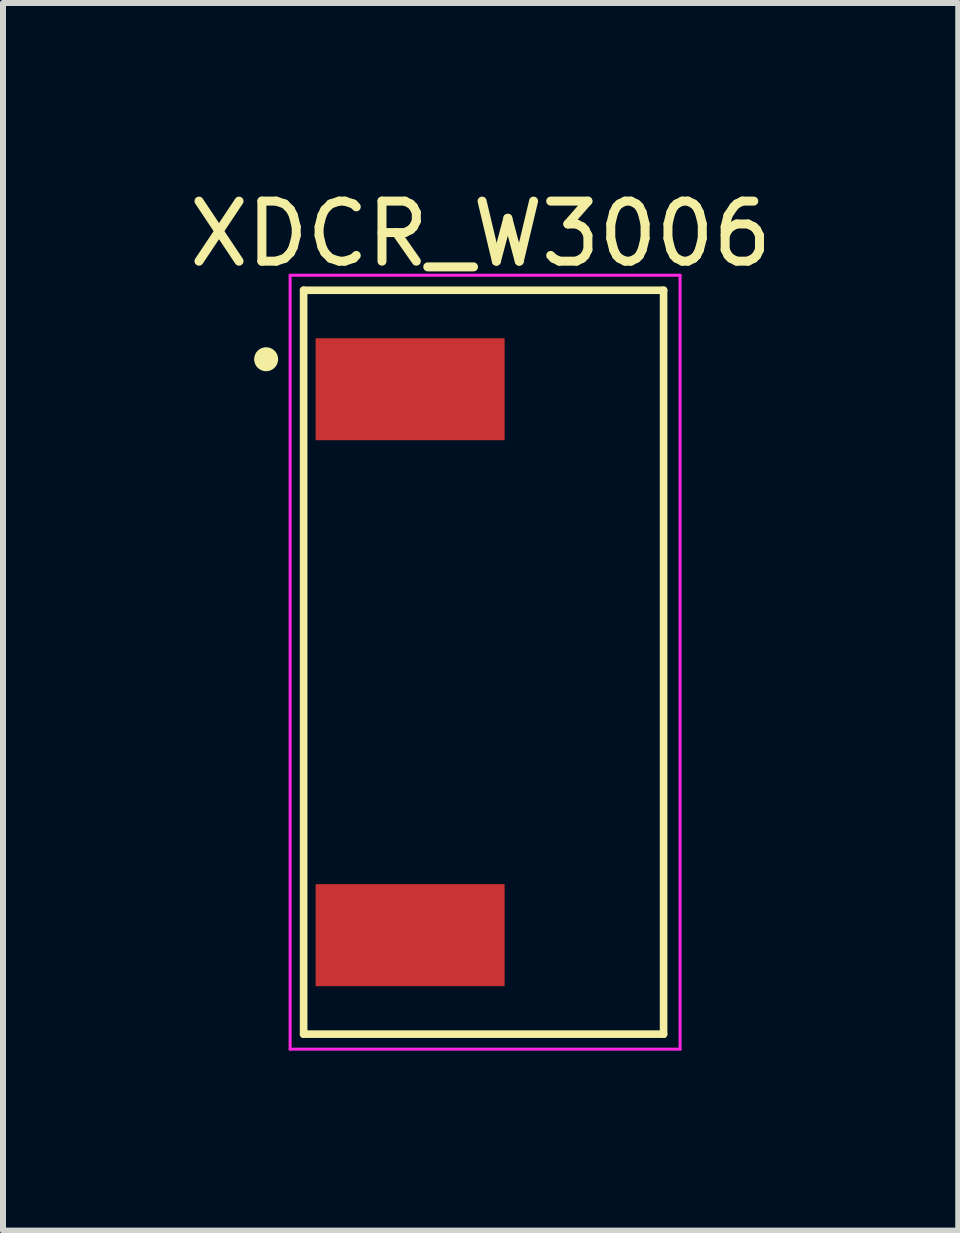
<source format=kicad_pcb>
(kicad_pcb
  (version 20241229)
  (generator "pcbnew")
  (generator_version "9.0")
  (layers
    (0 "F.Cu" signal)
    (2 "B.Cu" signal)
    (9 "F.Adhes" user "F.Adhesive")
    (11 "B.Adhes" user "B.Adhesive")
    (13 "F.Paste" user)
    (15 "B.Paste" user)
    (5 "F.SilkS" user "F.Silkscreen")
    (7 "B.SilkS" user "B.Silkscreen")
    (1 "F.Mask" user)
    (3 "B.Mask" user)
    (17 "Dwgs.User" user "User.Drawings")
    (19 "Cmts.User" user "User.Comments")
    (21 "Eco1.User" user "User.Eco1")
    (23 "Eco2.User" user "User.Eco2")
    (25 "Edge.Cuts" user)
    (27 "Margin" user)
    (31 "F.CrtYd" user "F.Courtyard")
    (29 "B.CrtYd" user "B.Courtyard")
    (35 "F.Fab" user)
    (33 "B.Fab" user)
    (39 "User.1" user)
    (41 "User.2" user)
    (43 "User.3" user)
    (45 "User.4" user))
  (footprint "XDCR_W3006"
    (layer "F.Cu")
    (at 3.786 7.988)
    (property "Reference" "XDCR_W3006" (at 1.176 -7.14 0) (layer "F.SilkS") (effects (font (size 1.001 1.001) (thickness 0.15))))
    (attr smd)
    (fp_line (start -1.775 -6.2) (end 4.225 -6.2) (stroke (width 0.127) (type solid)) (layer "F.SilkS"))
    (fp_line (start -1.775 6.2) (end -1.775 -6.2) (stroke (width 0.127) (type solid)) (layer "F.SilkS"))
    (fp_line (start 4.225 -6.2) (end 4.225 6.2) (stroke (width 0.127) (type solid)) (layer "F.SilkS"))
    (fp_line (start 4.225 6.2) (end -1.775 6.2) (stroke (width 0.127) (type solid)) (layer "F.SilkS"))
    (fp_circle (center -2.4 -5.05) (end -2.3 -5.05) (stroke (width 0.2) (type solid)) (fill no) (layer "F.SilkS"))
    (fp_line (start -2 -6.45) (end 4.5 -6.45) (stroke (width 0.05) (type solid)) (layer "F.CrtYd"))
    (fp_line (start -2 6.45) (end -2 -6.45) (stroke (width 0.05) (type solid)) (layer "F.CrtYd"))
    (fp_line (start 4.5 -6.45) (end 4.5 6.45) (stroke (width 0.05) (type solid)) (layer "F.CrtYd"))
    (fp_line (start 4.5 6.45) (end -2 6.45) (stroke (width 0.05) (type solid)) (layer "F.CrtYd"))
    (pad "1" smd rect (at 0 -4.55) (size 3.15 1.7) (layers "F.Cu" "F.Mask" "F.Paste"))
    (pad "2" smd rect (at 0 4.55) (size 3.15 1.7) (layers "F.Cu" "F.Mask" "F.Paste")))
  (gr_rect
    (start -3 -3)
    (end 12.923 17.463)
    (stroke (width 0.1) (type default))
    (fill no)
    (layer "Edge.Cuts")))
</source>
